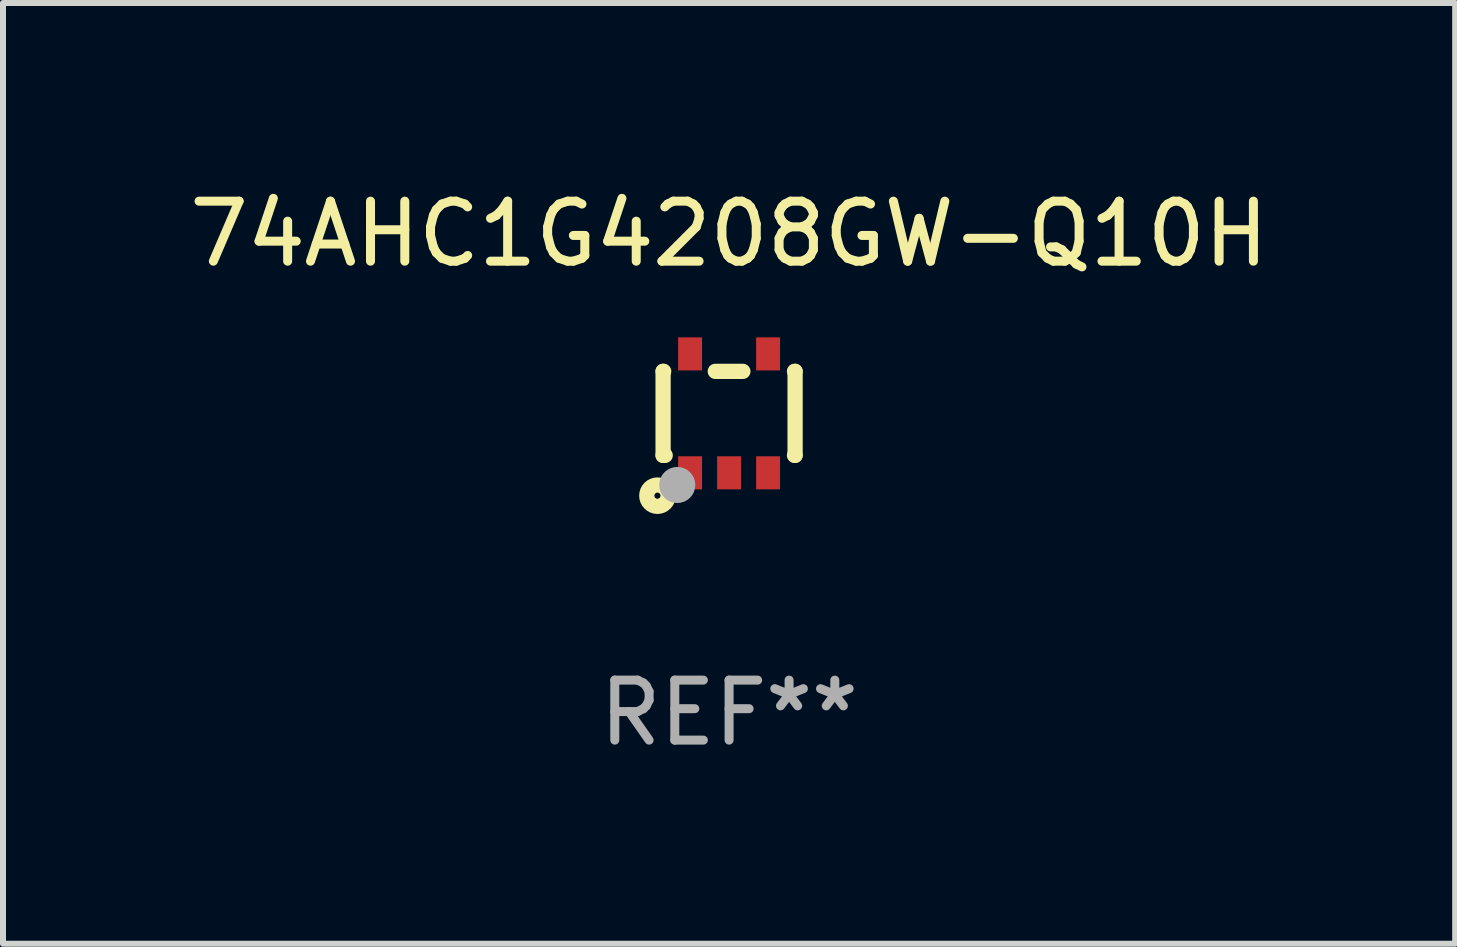
<source format=kicad_pcb>
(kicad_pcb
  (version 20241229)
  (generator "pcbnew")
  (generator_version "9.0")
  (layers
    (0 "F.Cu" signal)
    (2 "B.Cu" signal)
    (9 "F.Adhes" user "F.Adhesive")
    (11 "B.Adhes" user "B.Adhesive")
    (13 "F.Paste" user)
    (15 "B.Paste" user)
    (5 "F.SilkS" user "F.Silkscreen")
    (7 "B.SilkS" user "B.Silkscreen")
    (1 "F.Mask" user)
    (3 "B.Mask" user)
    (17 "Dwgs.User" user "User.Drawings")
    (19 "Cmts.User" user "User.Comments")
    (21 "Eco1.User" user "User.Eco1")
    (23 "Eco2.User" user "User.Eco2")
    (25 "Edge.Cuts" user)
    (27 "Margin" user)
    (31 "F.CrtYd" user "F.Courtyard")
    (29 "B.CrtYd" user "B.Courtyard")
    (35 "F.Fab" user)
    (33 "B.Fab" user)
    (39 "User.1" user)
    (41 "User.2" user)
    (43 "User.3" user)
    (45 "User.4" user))
  (footprint "74AHC1G4208GW-Q10H"
    (layer "F.Cu")
    (at 9.101 3.839)
    (property "Reference" "74AHC1G4208GW-Q10H" (at 0 -2.991 0) (layer "F.SilkS") (effects (font (size 1 1) (thickness 0.15))))
    (attr through_hole)
    (fp_line (start -1.1 -0.7) (end -1.1 0.7) (stroke (width 0.254) (type solid)) (layer "F.SilkS"))
    (fp_line (start -1.1 -0.7) (end -1.09 -0.7) (stroke (width 0.254) (type solid)) (layer "F.SilkS"))
    (fp_line (start -1.1 0.7) (end -1.065 0.7) (stroke (width 0.254) (type solid)) (layer "F.SilkS"))
    (fp_line (start -0.23 -0.7) (end 0.23 -0.7) (stroke (width 0.254) (type solid)) (layer "F.SilkS"))
    (fp_line (start 1.09 -0.7) (end 1.1 -0.7) (stroke (width 0.254) (type solid)) (layer "F.SilkS"))
    (fp_line (start 1.09 0.7) (end 1.1 0.7) (stroke (width 0.254) (type solid)) (layer "F.SilkS"))
    (fp_line (start 1.1 -0.7) (end 1.1 0.7) (stroke (width 0.254) (type solid)) (layer "F.SilkS"))
    (fp_circle (center -1.194 1.372) (end -1.143 1.372) (stroke (width 0.254) (type solid)) (fill no) (layer "F.SilkS"))
    (fp_circle (center -1.05 1.063) (end -1.02 1.063) (stroke (width 0.06) (type solid)) (fill no) (layer "F.SilkS"))
    (fp_circle (center -0.864 1.194) (end -0.713 1.194) (stroke (width 0.3) (type solid)) (fill no) (layer "F.Fab"))
    (fp_text user "REF**" (at 0 4.991 0) (layer "F.Fab") (effects (font (size 1 1) (thickness 0.15))))
    (pad "1" smd rect (at -0.65 0.991 180) (size 0.399 0.551) (layers "F.Cu" "F.Mask" "F.Paste"))
    (pad "2" smd rect (at 0 0.991 180) (size 0.399 0.551) (layers "F.Cu" "F.Mask" "F.Paste"))
    (pad "3" smd rect (at 0.65 0.991 180) (size 0.399 0.551) (layers "F.Cu" "F.Mask" "F.Paste"))
    (pad "4" smd rect (at 0.65 -0.991 180) (size 0.399 0.551) (layers "F.Cu" "F.Mask" "F.Paste"))
    (pad "5" smd rect (at -0.65 -0.991 180) (size 0.399 0.551) (layers "F.Cu" "F.Mask" "F.Paste")))
  (gr_rect
    (start -3 -3)
    (end 21.202 12.678)
    (stroke (width 0.1) (type default))
    (fill no)
    (layer "Edge.Cuts")))
</source>
